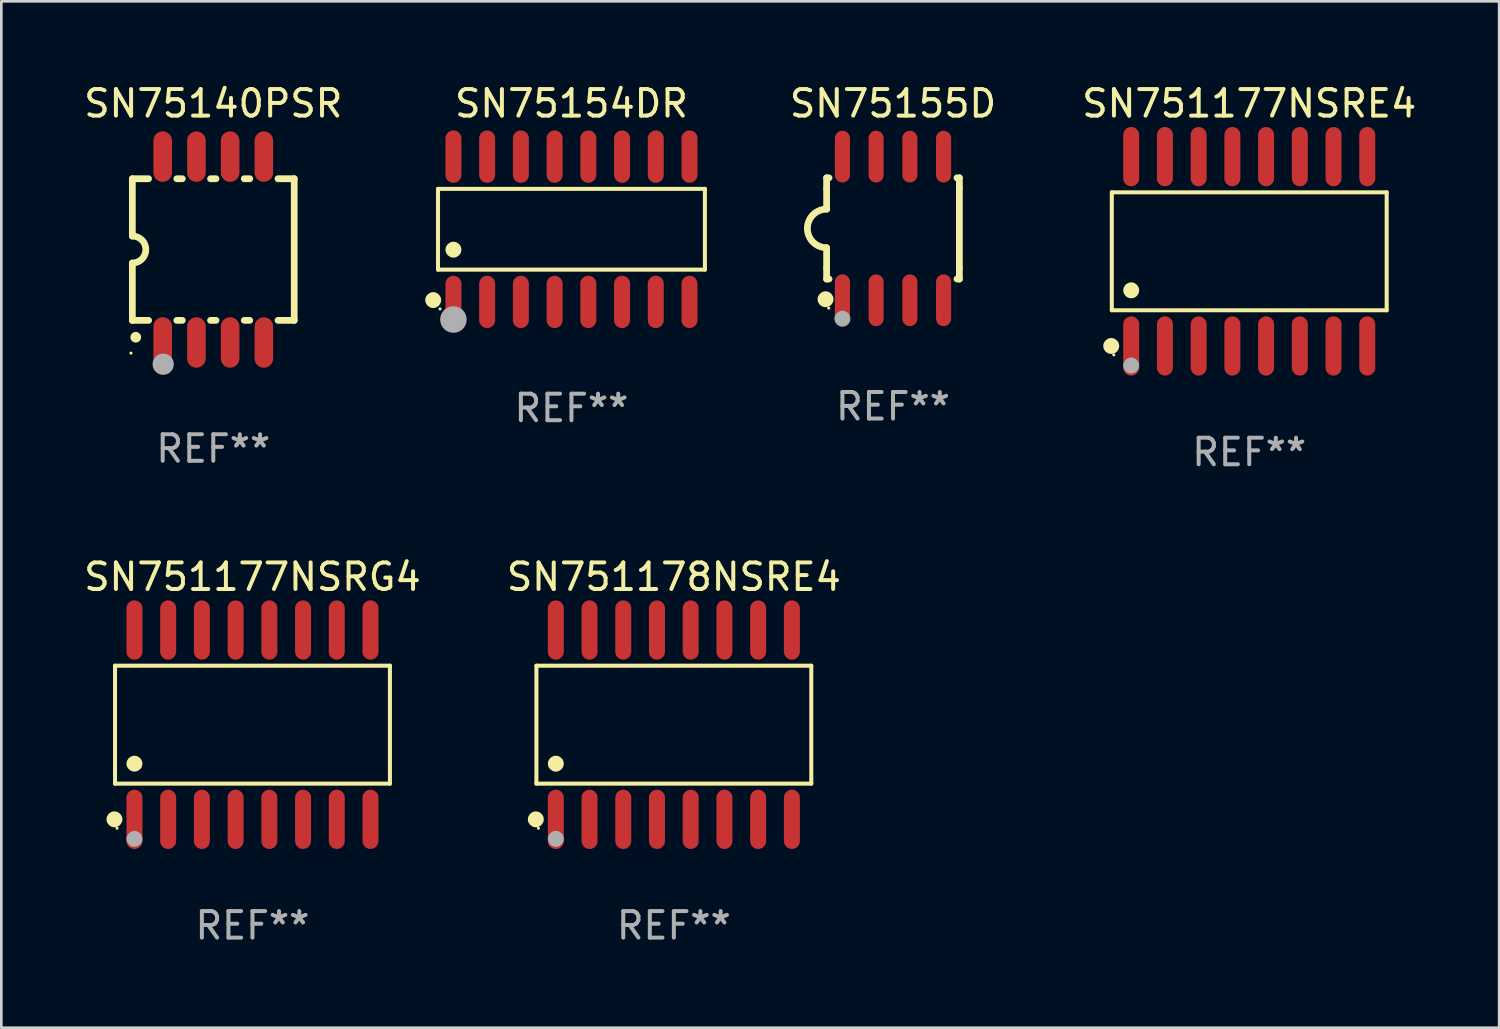
<source format=kicad_pcb>
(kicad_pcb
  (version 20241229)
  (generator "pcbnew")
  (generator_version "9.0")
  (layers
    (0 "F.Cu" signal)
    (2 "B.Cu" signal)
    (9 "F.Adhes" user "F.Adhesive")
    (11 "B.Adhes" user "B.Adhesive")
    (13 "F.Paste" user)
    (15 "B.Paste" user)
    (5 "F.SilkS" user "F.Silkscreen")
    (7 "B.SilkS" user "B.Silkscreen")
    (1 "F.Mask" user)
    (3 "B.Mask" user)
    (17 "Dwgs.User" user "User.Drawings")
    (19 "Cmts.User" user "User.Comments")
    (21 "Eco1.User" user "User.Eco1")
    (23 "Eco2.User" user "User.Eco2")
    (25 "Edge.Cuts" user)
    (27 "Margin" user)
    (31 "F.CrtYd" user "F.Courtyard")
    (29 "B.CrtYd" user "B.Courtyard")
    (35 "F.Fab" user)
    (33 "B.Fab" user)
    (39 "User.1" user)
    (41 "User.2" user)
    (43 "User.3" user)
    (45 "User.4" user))
  (footprint "SN751178NSRE4"
    (layer "F.Cu")
    (at 22.327 24.241)
    (property "Reference" "SN751178NSRE4" (at 0 -5.565 0) (layer "F.SilkS") (effects (font (size 1 1) (thickness 0.15))))
    (attr through_hole)
    (fp_line (start -5.176 -2.221) (end 5.176 -2.221) (stroke (width 0.152) (type solid)) (layer "F.SilkS"))
    (fp_line (start -5.176 2.221) (end -5.176 -2.221) (stroke (width 0.152) (type solid)) (layer "F.SilkS"))
    (fp_line (start 5.176 -2.221) (end 5.176 2.221) (stroke (width 0.152) (type solid)) (layer "F.SilkS"))
    (fp_line (start 5.176 2.221) (end -5.176 2.221) (stroke (width 0.152) (type solid)) (layer "F.SilkS"))
    (fp_circle (center -5.198 3.565) (end -5.048 3.565) (stroke (width 0.3) (type solid)) (fill no) (layer "F.SilkS"))
    (fp_circle (center -5.1 3.9) (end -5.07 3.9) (stroke (width 0.06) (type solid)) (fill no) (layer "F.SilkS"))
    (fp_circle (center -4.445 1.469) (end -4.295 1.469) (stroke (width 0.3) (type solid)) (fill no) (layer "F.SilkS"))
    (fp_circle (center -4.445 4.3) (end -4.295 4.3) (stroke (width 0.3) (type solid)) (fill no) (layer "F.Fab"))
    (fp_text user "REF**" (at 0 7.565 0) (layer "F.Fab") (effects (font (size 1 1) (thickness 0.15))))
    (pad "1" smd oval (at -4.445 3.565) (size 0.602 2.231) (layers "F.Cu" "F.Mask" "F.Paste"))
    (pad "2" smd oval (at -3.175 3.565) (size 0.602 2.231) (layers "F.Cu" "F.Mask" "F.Paste"))
    (pad "3" smd oval (at -1.905 3.565) (size 0.602 2.231) (layers "F.Cu" "F.Mask" "F.Paste"))
    (pad "4" smd oval (at -0.635 3.565) (size 0.602 2.231) (layers "F.Cu" "F.Mask" "F.Paste"))
    (pad "5" smd oval (at 0.635 3.565) (size 0.602 2.231) (layers "F.Cu" "F.Mask" "F.Paste"))
    (pad "6" smd oval (at 1.905 3.565) (size 0.602 2.231) (layers "F.Cu" "F.Mask" "F.Paste"))
    (pad "7" smd oval (at 3.175 3.565) (size 0.602 2.231) (layers "F.Cu" "F.Mask" "F.Paste"))
    (pad "8" smd oval (at 4.445 3.565) (size 0.602 2.231) (layers "F.Cu" "F.Mask" "F.Paste"))
    (pad "9" smd oval (at 4.445 -3.565) (size 0.602 2.231) (layers "F.Cu" "F.Mask" "F.Paste"))
    (pad "10" smd oval (at 3.175 -3.565) (size 0.602 2.231) (layers "F.Cu" "F.Mask" "F.Paste"))
    (pad "11" smd oval (at 1.905 -3.565) (size 0.602 2.231) (layers "F.Cu" "F.Mask" "F.Paste"))
    (pad "12" smd oval (at 0.635 -3.565) (size 0.602 2.231) (layers "F.Cu" "F.Mask" "F.Paste"))
    (pad "13" smd oval (at -0.635 -3.565) (size 0.602 2.231) (layers "F.Cu" "F.Mask" "F.Paste"))
    (pad "14" smd oval (at -1.905 -3.565) (size 0.602 2.231) (layers "F.Cu" "F.Mask" "F.Paste"))
    (pad "15" smd oval (at -3.175 -3.565) (size 0.602 2.231) (layers "F.Cu" "F.Mask" "F.Paste"))
    (pad "16" smd oval (at -4.445 -3.565) (size 0.602 2.231) (layers "F.Cu" "F.Mask" "F.Paste")))
  (footprint "SN751177NSRE4"
    (layer "F.Cu")
    (at 43.996 6.414)
    (property "Reference" "SN751177NSRE4" (at 0 -5.565 0) (layer "F.SilkS") (effects (font (size 1 1) (thickness 0.15))))
    (attr through_hole)
    (fp_line (start -5.176 -2.221) (end 5.176 -2.221) (stroke (width 0.152) (type solid)) (layer "F.SilkS"))
    (fp_line (start -5.176 2.221) (end -5.176 -2.221) (stroke (width 0.152) (type solid)) (layer "F.SilkS"))
    (fp_line (start 5.176 -2.221) (end 5.176 2.221) (stroke (width 0.152) (type solid)) (layer "F.SilkS"))
    (fp_line (start 5.176 2.221) (end -5.176 2.221) (stroke (width 0.152) (type solid)) (layer "F.SilkS"))
    (fp_circle (center -5.198 3.565) (end -5.048 3.565) (stroke (width 0.3) (type solid)) (fill no) (layer "F.SilkS"))
    (fp_circle (center -5.1 3.9) (end -5.07 3.9) (stroke (width 0.06) (type solid)) (fill no) (layer "F.SilkS"))
    (fp_circle (center -4.445 1.469) (end -4.295 1.469) (stroke (width 0.3) (type solid)) (fill no) (layer "F.SilkS"))
    (fp_circle (center -4.445 4.3) (end -4.295 4.3) (stroke (width 0.3) (type solid)) (fill no) (layer "F.Fab"))
    (fp_text user "REF**" (at 0 7.565 0) (layer "F.Fab") (effects (font (size 1 1) (thickness 0.15))))
    (pad "1" smd oval (at -4.445 3.565) (size 0.602 2.231) (layers "F.Cu" "F.Mask" "F.Paste"))
    (pad "2" smd oval (at -3.175 3.565) (size 0.602 2.231) (layers "F.Cu" "F.Mask" "F.Paste"))
    (pad "3" smd oval (at -1.905 3.565) (size 0.602 2.231) (layers "F.Cu" "F.Mask" "F.Paste"))
    (pad "4" smd oval (at -0.635 3.565) (size 0.602 2.231) (layers "F.Cu" "F.Mask" "F.Paste"))
    (pad "5" smd oval (at 0.635 3.565) (size 0.602 2.231) (layers "F.Cu" "F.Mask" "F.Paste"))
    (pad "6" smd oval (at 1.905 3.565) (size 0.602 2.231) (layers "F.Cu" "F.Mask" "F.Paste"))
    (pad "7" smd oval (at 3.175 3.565) (size 0.602 2.231) (layers "F.Cu" "F.Mask" "F.Paste"))
    (pad "8" smd oval (at 4.445 3.565) (size 0.602 2.231) (layers "F.Cu" "F.Mask" "F.Paste"))
    (pad "9" smd oval (at 4.445 -3.565) (size 0.602 2.231) (layers "F.Cu" "F.Mask" "F.Paste"))
    (pad "10" smd oval (at 3.175 -3.565) (size 0.602 2.231) (layers "F.Cu" "F.Mask" "F.Paste"))
    (pad "11" smd oval (at 1.905 -3.565) (size 0.602 2.231) (layers "F.Cu" "F.Mask" "F.Paste"))
    (pad "12" smd oval (at 0.635 -3.565) (size 0.602 2.231) (layers "F.Cu" "F.Mask" "F.Paste"))
    (pad "13" smd oval (at -0.635 -3.565) (size 0.602 2.231) (layers "F.Cu" "F.Mask" "F.Paste"))
    (pad "14" smd oval (at -1.905 -3.565) (size 0.602 2.231) (layers "F.Cu" "F.Mask" "F.Paste"))
    (pad "15" smd oval (at -3.175 -3.565) (size 0.602 2.231) (layers "F.Cu" "F.Mask" "F.Paste"))
    (pad "16" smd oval (at -4.445 -3.565) (size 0.602 2.231) (layers "F.Cu" "F.Mask" "F.Paste")))
  (footprint "SN75154DR"
    (layer "F.Cu")
    (at 18.471 5.584)
    (property "Reference" "SN75154DR" (at 0 -4.736 0) (layer "F.SilkS") (effects (font (size 1 1) (thickness 0.15))))
    (attr through_hole)
    (fp_line (start -5.026 -1.521) (end 5.026 -1.521) (stroke (width 0.152) (type solid)) (layer "F.SilkS"))
    (fp_line (start -5.026 1.521) (end -5.026 -1.521) (stroke (width 0.152) (type solid)) (layer "F.SilkS"))
    (fp_line (start 5.026 -1.521) (end 5.026 1.521) (stroke (width 0.152) (type solid)) (layer "F.SilkS"))
    (fp_line (start 5.026 1.521) (end -5.026 1.521) (stroke (width 0.152) (type solid)) (layer "F.SilkS"))
    (fp_circle (center -5.207 2.667) (end -5.057 2.667) (stroke (width 0.3) (type solid)) (fill no) (layer "F.SilkS"))
    (fp_circle (center -4.95 3) (end -4.92 3) (stroke (width 0.06) (type solid)) (fill no) (layer "F.SilkS"))
    (fp_circle (center -4.445 0.769) (end -4.295 0.769) (stroke (width 0.3) (type solid)) (fill no) (layer "F.SilkS"))
    (fp_circle (center -4.445 3.4) (end -4.195 3.4) (stroke (width 0.5) (type solid)) (fill no) (layer "F.Fab"))
    (fp_text user "REF**" (at 0 6.736 0) (layer "F.Fab") (effects (font (size 1 1) (thickness 0.15))))
    (pad "1" smd oval (at -4.445 2.736) (size 0.602 1.971) (layers "F.Cu" "F.Mask" "F.Paste"))
    (pad "2" smd oval (at -3.175 2.736) (size 0.602 1.971) (layers "F.Cu" "F.Mask" "F.Paste"))
    (pad "3" smd oval (at -1.905 2.736) (size 0.602 1.971) (layers "F.Cu" "F.Mask" "F.Paste"))
    (pad "4" smd oval (at -0.635 2.736) (size 0.602 1.971) (layers "F.Cu" "F.Mask" "F.Paste"))
    (pad "5" smd oval (at 0.635 2.736) (size 0.602 1.971) (layers "F.Cu" "F.Mask" "F.Paste"))
    (pad "6" smd oval (at 1.905 2.736) (size 0.602 1.971) (layers "F.Cu" "F.Mask" "F.Paste"))
    (pad "7" smd oval (at 3.175 2.736) (size 0.602 1.971) (layers "F.Cu" "F.Mask" "F.Paste"))
    (pad "8" smd oval (at 4.445 2.736) (size 0.602 1.971) (layers "F.Cu" "F.Mask" "F.Paste"))
    (pad "9" smd oval (at 4.445 -2.736) (size 0.602 1.971) (layers "F.Cu" "F.Mask" "F.Paste"))
    (pad "10" smd oval (at 3.175 -2.736) (size 0.602 1.971) (layers "F.Cu" "F.Mask" "F.Paste"))
    (pad "11" smd oval (at 1.905 -2.736) (size 0.602 1.971) (layers "F.Cu" "F.Mask" "F.Paste"))
    (pad "12" smd oval (at 0.635 -2.736) (size 0.602 1.971) (layers "F.Cu" "F.Mask" "F.Paste"))
    (pad "13" smd oval (at -0.635 -2.736) (size 0.602 1.971) (layers "F.Cu" "F.Mask" "F.Paste"))
    (pad "14" smd oval (at -1.905 -2.736) (size 0.602 1.971) (layers "F.Cu" "F.Mask" "F.Paste"))
    (pad "15" smd oval (at -3.175 -2.736) (size 0.602 1.971) (layers "F.Cu" "F.Mask" "F.Paste"))
    (pad "16" smd oval (at -4.445 -2.736) (size 0.602 1.971) (layers "F.Cu" "F.Mask" "F.Paste")))
  (footprint "SN751177NSRG4"
    (layer "F.Cu")
    (at 6.458 24.241)
    (property "Reference" "SN751177NSRG4" (at 0 -5.565 0) (layer "F.SilkS") (effects (font (size 1 1) (thickness 0.15))))
    (attr through_hole)
    (fp_line (start -5.176 -2.221) (end 5.176 -2.221) (stroke (width 0.152) (type solid)) (layer "F.SilkS"))
    (fp_line (start -5.176 2.221) (end -5.176 -2.221) (stroke (width 0.152) (type solid)) (layer "F.SilkS"))
    (fp_line (start 5.176 -2.221) (end 5.176 2.221) (stroke (width 0.152) (type solid)) (layer "F.SilkS"))
    (fp_line (start 5.176 2.221) (end -5.176 2.221) (stroke (width 0.152) (type solid)) (layer "F.SilkS"))
    (fp_circle (center -5.198 3.565) (end -5.048 3.565) (stroke (width 0.3) (type solid)) (fill no) (layer "F.SilkS"))
    (fp_circle (center -5.1 3.9) (end -5.07 3.9) (stroke (width 0.06) (type solid)) (fill no) (layer "F.SilkS"))
    (fp_circle (center -4.445 1.469) (end -4.295 1.469) (stroke (width 0.3) (type solid)) (fill no) (layer "F.SilkS"))
    (fp_circle (center -4.445 4.3) (end -4.295 4.3) (stroke (width 0.3) (type solid)) (fill no) (layer "F.Fab"))
    (fp_text user "REF**" (at 0 7.565 0) (layer "F.Fab") (effects (font (size 1 1) (thickness 0.15))))
    (pad "1" smd oval (at -4.445 3.565) (size 0.602 2.231) (layers "F.Cu" "F.Mask" "F.Paste"))
    (pad "2" smd oval (at -3.175 3.565) (size 0.602 2.231) (layers "F.Cu" "F.Mask" "F.Paste"))
    (pad "3" smd oval (at -1.905 3.565) (size 0.602 2.231) (layers "F.Cu" "F.Mask" "F.Paste"))
    (pad "4" smd oval (at -0.635 3.565) (size 0.602 2.231) (layers "F.Cu" "F.Mask" "F.Paste"))
    (pad "5" smd oval (at 0.635 3.565) (size 0.602 2.231) (layers "F.Cu" "F.Mask" "F.Paste"))
    (pad "6" smd oval (at 1.905 3.565) (size 0.602 2.231) (layers "F.Cu" "F.Mask" "F.Paste"))
    (pad "7" smd oval (at 3.175 3.565) (size 0.602 2.231) (layers "F.Cu" "F.Mask" "F.Paste"))
    (pad "8" smd oval (at 4.445 3.565) (size 0.602 2.231) (layers "F.Cu" "F.Mask" "F.Paste"))
    (pad "9" smd oval (at 4.445 -3.565) (size 0.602 2.231) (layers "F.Cu" "F.Mask" "F.Paste"))
    (pad "10" smd oval (at 3.175 -3.565) (size 0.602 2.231) (layers "F.Cu" "F.Mask" "F.Paste"))
    (pad "11" smd oval (at 1.905 -3.565) (size 0.602 2.231) (layers "F.Cu" "F.Mask" "F.Paste"))
    (pad "12" smd oval (at 0.635 -3.565) (size 0.602 2.231) (layers "F.Cu" "F.Mask" "F.Paste"))
    (pad "13" smd oval (at -0.635 -3.565) (size 0.602 2.231) (layers "F.Cu" "F.Mask" "F.Paste"))
    (pad "14" smd oval (at -1.905 -3.565) (size 0.602 2.231) (layers "F.Cu" "F.Mask" "F.Paste"))
    (pad "15" smd oval (at -3.175 -3.565) (size 0.602 2.231) (layers "F.Cu" "F.Mask" "F.Paste"))
    (pad "16" smd oval (at -4.445 -3.565) (size 0.602 2.231) (layers "F.Cu" "F.Mask" "F.Paste")))
  (footprint "SN75140PSR"
    (layer "F.Cu")
    (at 4.982 6.348)
    (property "Reference" "SN75140PSR" (at 0 -5.5 0) (layer "F.SilkS") (effects (font (size 1 1) (thickness 0.15))))
    (attr through_hole)
    (fp_line (start -3.048 -0.508) (end -3.048 -2.667) (stroke (width 0.254) (type solid)) (layer "F.SilkS"))
    (fp_line (start -3.048 0.508) (end -3.048 2.667) (stroke (width 0.254) (type solid)) (layer "F.SilkS"))
    (fp_line (start -3.048 2.667) (end -2.436 2.667) (stroke (width 0.254) (type solid)) (layer "F.SilkS"))
    (fp_line (start -2.437 -2.667) (end -3.048 -2.667) (stroke (width 0.254) (type solid)) (layer "F.SilkS"))
    (fp_line (start -1.373 2.667) (end -1.167 2.667) (stroke (width 0.254) (type solid)) (layer "F.SilkS"))
    (fp_line (start -1.167 -2.667) (end -1.373 -2.667) (stroke (width 0.254) (type solid)) (layer "F.SilkS"))
    (fp_line (start -0.103 2.667) (end 0.103 2.667) (stroke (width 0.254) (type solid)) (layer "F.SilkS"))
    (fp_line (start 0.103 -2.667) (end -0.103 -2.667) (stroke (width 0.254) (type solid)) (layer "F.SilkS"))
    (fp_line (start 1.167 2.667) (end 1.373 2.667) (stroke (width 0.254) (type solid)) (layer "F.SilkS"))
    (fp_line (start 1.373 -2.667) (end 1.167 -2.667) (stroke (width 0.254) (type solid)) (layer "F.SilkS"))
    (fp_line (start 2.437 2.667) (end 3.048 2.667) (stroke (width 0.254) (type solid)) (layer "F.SilkS"))
    (fp_line (start 3.048 -2.667) (end 2.437 -2.667) (stroke (width 0.254) (type solid)) (layer "F.SilkS"))
    (fp_line (start 3.048 2.667) (end 3.048 -2.667) (stroke (width 0.254) (type solid)) (layer "F.SilkS"))
    (fp_arc (start -3.048006 -0.508001) (mid -2.540005 0) (end -3.048006 0.508001) (stroke (width 0.254001) (type solid)) (layer "F.SilkS"))
    (fp_arc (start -2.921006 3.302007) (mid -2.919736 3.302003) (end -2.918466 3.302007) (stroke (width 0.4) (type solid)) (layer "F.SilkS"))
    (fp_circle (center -3.1 3.9) (end -3.07 3.9) (stroke (width 0.06) (type solid)) (fill no) (layer "F.SilkS"))
    (fp_circle (center -1.886 4.318) (end -1.686 4.318) (stroke (width 0.4) (type solid)) (fill no) (layer "F.Fab"))
    (fp_text user "REF**" (at 0 7.5 0) (layer "F.Fab") (effects (font (size 1 1) (thickness 0.15))))
    (pad "1" smd oval (at -1.905 3.5) (size 0.7 1.9) (layers "F.Cu" "F.Mask" "F.Paste"))
    (pad "2" smd oval (at -0.635 3.5) (size 0.7 1.9) (layers "F.Cu" "F.Mask" "F.Paste"))
    (pad "3" smd oval (at 0.635 3.5) (size 0.7 1.9) (layers "F.Cu" "F.Mask" "F.Paste"))
    (pad "4" smd oval (at 1.905 3.5) (size 0.7 1.9) (layers "F.Cu" "F.Mask" "F.Paste"))
    (pad "5" smd oval (at 1.905 -3.5) (size 0.7 1.9) (layers "F.Cu" "F.Mask" "F.Paste"))
    (pad "6" smd oval (at 0.635 -3.5) (size 0.7 1.9) (layers "F.Cu" "F.Mask" "F.Paste"))
    (pad "7" smd oval (at -0.635 -3.5) (size 0.7 1.9) (layers "F.Cu" "F.Mask" "F.Paste"))
    (pad "8" smd oval (at -1.905 -3.5) (size 0.7 1.9) (layers "F.Cu" "F.Mask" "F.Paste")))
  (footprint "SN75155D"
    (layer "F.Cu")
    (at 30.58 5.553)
    (property "Reference" "SN75155D" (at 0 -4.705 0) (layer "F.SilkS") (effects (font (size 1 1) (thickness 0.15))))
    (attr through_hole)
    (fp_line (start -2.5 -1.905) (end -2.409 -1.905) (stroke (width 0.254) (type solid)) (layer "F.SilkS"))
    (fp_line (start -2.5 -1.5) (end -2.5 -1.905) (stroke (width 0.254) (type solid)) (layer "F.SilkS"))
    (fp_line (start -2.5 -1.5) (end -2.5 -0.726) (stroke (width 0.254) (type solid)) (layer "F.SilkS"))
    (fp_line (start -2.5 1.5) (end -2.5 0.727) (stroke (width 0.254) (type solid)) (layer "F.SilkS"))
    (fp_line (start -2.5 1.5) (end -2.5 1.905) (stroke (width 0.254) (type solid)) (layer "F.SilkS"))
    (fp_line (start -2.5 1.905) (end -2.409 1.905) (stroke (width 0.254) (type solid)) (layer "F.SilkS"))
    (fp_line (start 2.5 -1.905) (end 2.409 -1.905) (stroke (width 0.254) (type solid)) (layer "F.SilkS"))
    (fp_line (start 2.5 -1.5) (end 2.5 -1.905) (stroke (width 0.254) (type solid)) (layer "F.SilkS"))
    (fp_line (start 2.5 -1.5) (end 2.5 1.5) (stroke (width 0.254) (type solid)) (layer "F.SilkS"))
    (fp_line (start 2.5 1.5) (end 2.5 1.905) (stroke (width 0.254) (type solid)) (layer "F.SilkS"))
    (fp_line (start 2.5 1.905) (end 2.409 1.905) (stroke (width 0.254) (type solid)) (layer "F.SilkS"))
    (fp_arc (start -2.5 0.726568) (mid -3.220316 -0.0023) (end -2.495097 -0.726289) (stroke (width 0.254001) (type solid)) (layer "F.SilkS"))
    (fp_circle (center -2.54 2.667) (end -2.39 2.667) (stroke (width 0.3) (type solid)) (fill no) (layer "F.SilkS"))
    (fp_circle (center -2.42 3) (end -2.39 3) (stroke (width 0.06) (type solid)) (fill no) (layer "F.SilkS"))
    (fp_circle (center -1.905 3.4) (end -1.755 3.4) (stroke (width 0.3) (type solid)) (fill no) (layer "F.Fab"))
    (fp_text user "REF**" (at 0 6.705 0) (layer "F.Fab") (effects (font (size 1 1) (thickness 0.15))))
    (pad "1" smd oval (at -1.905 2.705) (size 0.568 1.95) (layers "F.Cu" "F.Mask" "F.Paste"))
    (pad "2" smd oval (at -0.635 2.705) (size 0.568 1.95) (layers "F.Cu" "F.Mask" "F.Paste"))
    (pad "3" smd oval (at 0.635 2.705) (size 0.568 1.95) (layers "F.Cu" "F.Mask" "F.Paste"))
    (pad "4" smd oval (at 1.905 2.705) (size 0.568 1.95) (layers "F.Cu" "F.Mask" "F.Paste"))
    (pad "5" smd oval (at 1.905 -2.705) (size 0.568 1.95) (layers "F.Cu" "F.Mask" "F.Paste"))
    (pad "6" smd oval (at 0.635 -2.705) (size 0.568 1.95) (layers "F.Cu" "F.Mask" "F.Paste"))
    (pad "7" smd oval (at -0.635 -2.705) (size 0.568 1.95) (layers "F.Cu" "F.Mask" "F.Paste"))
    (pad "8" smd oval (at -1.905 -2.705) (size 0.568 1.95) (layers "F.Cu" "F.Mask" "F.Paste")))
  (gr_rect
    (start -3 -3)
    (end 53.407 35.655)
    (stroke (width 0.1) (type default))
    (fill no)
    (layer "Edge.Cuts")))
</source>
